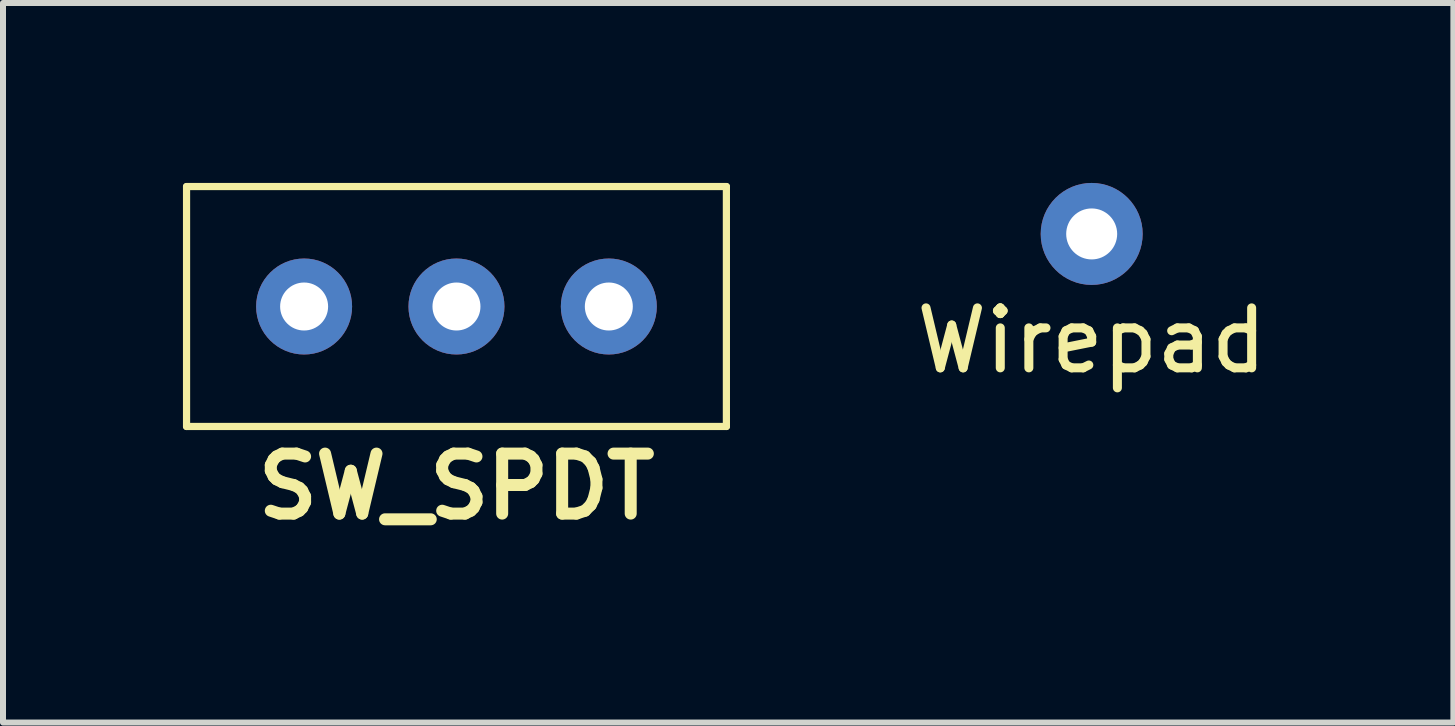
<source format=kicad_pcb>
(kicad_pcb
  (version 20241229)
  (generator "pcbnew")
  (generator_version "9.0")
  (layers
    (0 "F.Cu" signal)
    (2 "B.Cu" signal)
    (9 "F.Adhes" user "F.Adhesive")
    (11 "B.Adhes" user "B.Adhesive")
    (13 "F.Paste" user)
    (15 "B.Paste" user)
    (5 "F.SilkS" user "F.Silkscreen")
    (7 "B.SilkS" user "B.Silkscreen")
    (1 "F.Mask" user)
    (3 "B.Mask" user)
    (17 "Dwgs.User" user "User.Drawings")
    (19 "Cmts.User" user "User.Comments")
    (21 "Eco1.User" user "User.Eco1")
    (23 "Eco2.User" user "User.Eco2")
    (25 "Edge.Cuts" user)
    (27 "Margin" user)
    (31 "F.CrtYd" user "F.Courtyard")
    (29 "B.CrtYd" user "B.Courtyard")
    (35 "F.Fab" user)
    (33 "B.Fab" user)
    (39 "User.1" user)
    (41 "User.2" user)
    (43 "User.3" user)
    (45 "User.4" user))
  (footprint "Wirepad"
    (layer "F.Cu")
    (at 15.15 0.85)
    (property "Reference" "Wirepad" (at 0 1.778 0) (layer "F.SilkS") (effects (font (size 1 1) (thickness 0.15))))
    (attr through_hole)
    (pad "1" thru_hole circle (at 0 0) (size 1.7 1.7) (drill 0.85) (layers "*.Cu" "*.Mask")))
  (footprint "SW_SPDT"
    (layer "F.Cu")
    (at 4.56 2.06)
    (property "Reference" "SW_SPDT" (at 0 3 0) (layer "F.SilkS") (effects (font (size 1 1) (thickness 0.2))))
    (attr through_hole)
    (fp_line (start -4.5 -2) (end -4.5 2) (stroke (width 0.12) (type solid)) (layer "F.SilkS"))
    (fp_line (start -4.5 2) (end 4.5 2) (stroke (width 0.12) (type solid)) (layer "F.SilkS"))
    (fp_line (start 4.5 -2) (end -4.5 -2) (stroke (width 0.12) (type solid)) (layer "F.SilkS"))
    (fp_line (start 4.5 2) (end 4.5 -2) (stroke (width 0.12) (type solid)) (layer "F.SilkS"))
    (pad "1" thru_hole circle (at -2.54 0) (size 1.6 1.6) (drill 0.8) (layers "*.Cu" "*.Mask"))
    (pad "2" thru_hole circle (at 0 0) (size 1.6 1.6) (drill 0.8) (layers "*.Cu" "*.Mask"))
    (pad "3" thru_hole circle (at 2.54 0) (size 1.6 1.6) (drill 0.8) (layers "*.Cu" "*.Mask")))
  (gr_rect
    (start -3 -3)
    (end 21.18 8.996)
    (stroke (width 0.1) (type default))
    (fill no)
    (layer "Edge.Cuts")))
</source>
